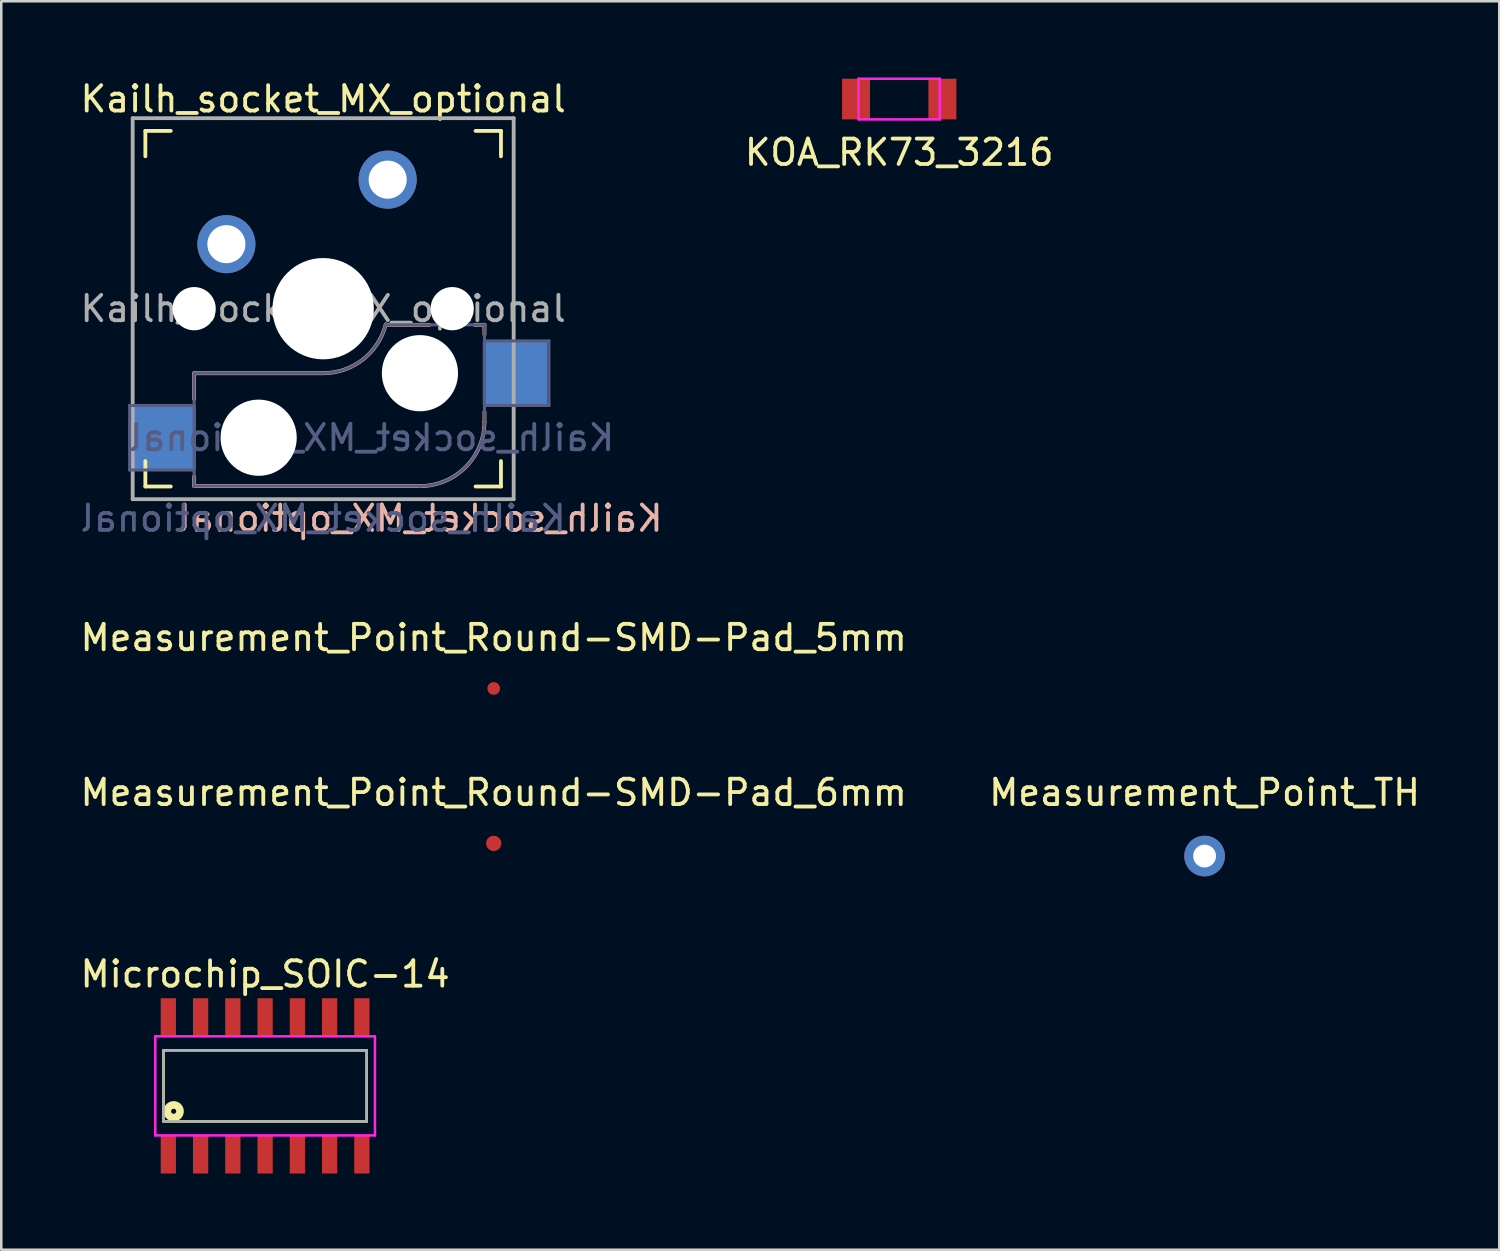
<source format=kicad_pcb>
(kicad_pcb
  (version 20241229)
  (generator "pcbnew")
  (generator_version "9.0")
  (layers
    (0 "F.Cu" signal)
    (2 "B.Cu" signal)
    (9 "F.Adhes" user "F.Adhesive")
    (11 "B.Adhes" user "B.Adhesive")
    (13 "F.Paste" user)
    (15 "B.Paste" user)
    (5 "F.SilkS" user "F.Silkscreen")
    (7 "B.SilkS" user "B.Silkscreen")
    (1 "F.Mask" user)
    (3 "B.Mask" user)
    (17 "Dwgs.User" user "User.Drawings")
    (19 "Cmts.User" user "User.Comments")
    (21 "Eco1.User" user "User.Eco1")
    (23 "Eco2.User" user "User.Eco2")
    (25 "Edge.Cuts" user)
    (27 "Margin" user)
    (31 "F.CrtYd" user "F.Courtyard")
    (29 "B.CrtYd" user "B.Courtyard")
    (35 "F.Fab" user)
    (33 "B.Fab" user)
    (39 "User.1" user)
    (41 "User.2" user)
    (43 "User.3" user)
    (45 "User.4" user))
  (footprint "KOA_RK73_3216"
    (layer "F.Cu")
    (at 32.352 0.85)
    (property "Reference" "KOA_RK73_3216" (at 0 2.1 0) (layer "F.SilkS") (effects (font (size 1 1) (thickness 0.15))))
    (attr through_hole)
    (fp_line (start -1.6 -0.8) (end 1.6 -0.8) (stroke (width 0.1) (type solid)) (layer "F.CrtYd"))
    (fp_line (start -1.6 0.8) (end -1.6 -0.8) (stroke (width 0.1) (type solid)) (layer "F.CrtYd"))
    (fp_line (start 1.6 -0.8) (end 1.6 0.8) (stroke (width 0.1) (type solid)) (layer "F.CrtYd"))
    (fp_line (start 1.6 0.8) (end -1.6 0.8) (stroke (width 0.1) (type solid)) (layer "F.CrtYd"))
    (pad "1" smd rect (at -1.7 0) (size 1.1 1.6) (layers "F.Cu" "F.Mask" "F.Paste"))
    (pad "2" smd rect (at 1.7 0) (size 1.1 1.6) (layers "F.Cu" "F.Mask" "F.Paste")))
  (footprint "Kailh_socket_MX_optional"
    (layer "F.Cu")
    (at 9.673 9.103)
    (property "Reference" "Kailh_socket_MX_optional" (at 0 -8.255 0) (layer "F.SilkS") (effects (font (size 1 1) (thickness 0.15))))
    (property "Value" "Kailh_socket_MX_optional" (at 0 8.255 0) (layer "F.Fab") (hide yes) (effects (font (size 1 1) (thickness 0.15))))
    (attr through_hole)
    (fp_line (start -7 -6) (end -7 -7) (stroke (width 0.15) (type solid)) (layer "F.SilkS"))
    (fp_line (start -7 7) (end -7 6) (stroke (width 0.15) (type solid)) (layer "F.SilkS"))
    (fp_line (start -7 7) (end -6 7) (stroke (width 0.15) (type solid)) (layer "F.SilkS"))
    (fp_line (start -6 -7) (end -7 -7) (stroke (width 0.15) (type solid)) (layer "F.SilkS"))
    (fp_line (start 6 7) (end 7 7) (stroke (width 0.15) (type solid)) (layer "F.SilkS"))
    (fp_line (start 7 -7) (end 6 -7) (stroke (width 0.15) (type solid)) (layer "F.SilkS"))
    (fp_line (start 7 -7) (end 7 -6) (stroke (width 0.15) (type solid)) (layer "F.SilkS"))
    (fp_line (start 7 6) (end 7 7) (stroke (width 0.15) (type solid)) (layer "F.SilkS"))
    (fp_line (start -5.08 2.54) (end -5.08 3.556) (stroke (width 0.15) (type solid)) (layer "B.SilkS"))
    (fp_line (start -5.08 6.604) (end -5.08 6.985) (stroke (width 0.15) (type solid)) (layer "B.SilkS"))
    (fp_line (start -5.08 6.985) (end 3.81 6.985) (stroke (width 0.15) (type solid)) (layer "B.SilkS"))
    (fp_line (start 0 2.54) (end -5.08 2.54) (stroke (width 0.15) (type solid)) (layer "B.SilkS"))
    (fp_line (start 4.191 0.635) (end 2.54 0.635) (stroke (width 0.15) (type solid)) (layer "B.SilkS"))
    (fp_line (start 6.35 0.635) (end 5.969 0.635) (stroke (width 0.15) (type solid)) (layer "B.SilkS"))
    (fp_line (start 6.35 1.016) (end 6.35 0.635) (stroke (width 0.15) (type solid)) (layer "B.SilkS"))
    (fp_line (start 6.35 4.445) (end 6.35 4.064) (stroke (width 0.15) (type solid)) (layer "B.SilkS"))
    (fp_arc (start 2.464162 0.61604) (mid 1.563147 2.002042) (end 0 2.54) (stroke (width 0.15) (type solid)) (layer "B.SilkS"))
    (fp_arc (start 6.35 4.445) (mid 5.606051 6.241051) (end 3.81 6.985) (stroke (width 0.15) (type solid)) (layer "B.SilkS"))
    (fp_line (start -6.9 6.9) (end -6.9 -6.9) (stroke (width 0.15) (type solid)) (layer "Eco2.User"))
    (fp_line (start -6.9 6.9) (end 6.9 6.9) (stroke (width 0.15) (type solid)) (layer "Eco2.User"))
    (fp_line (start 6.9 -6.9) (end -6.9 -6.9) (stroke (width 0.15) (type solid)) (layer "Eco2.User"))
    (fp_line (start 6.9 -6.9) (end 6.9 6.9) (stroke (width 0.15) (type solid)) (layer "Eco2.User"))
    (fp_line (start -7.62 3.81) (end -7.62 6.35) (stroke (width 0.12) (type solid)) (layer "B.Fab"))
    (fp_line (start -7.62 6.35) (end -5.08 6.35) (stroke (width 0.12) (type solid)) (layer "B.Fab"))
    (fp_line (start -5.08 2.54) (end -5.08 6.985) (stroke (width 0.12) (type solid)) (layer "B.Fab"))
    (fp_line (start -5.08 3.81) (end -7.62 3.81) (stroke (width 0.12) (type solid)) (layer "B.Fab"))
    (fp_line (start -5.08 6.985) (end 3.81 6.985) (stroke (width 0.12) (type solid)) (layer "B.Fab"))
    (fp_line (start 0 2.54) (end -5.08 2.54) (stroke (width 0.12) (type solid)) (layer "B.Fab"))
    (fp_line (start 6.35 0.635) (end 2.54 0.635) (stroke (width 0.12) (type solid)) (layer "B.Fab"))
    (fp_line (start 6.35 3.81) (end 8.89 3.81) (stroke (width 0.12) (type solid)) (layer "B.Fab"))
    (fp_line (start 6.35 4.445) (end 6.35 0.635) (stroke (width 0.12) (type solid)) (layer "B.Fab"))
    (fp_line (start 8.89 1.27) (end 6.35 1.27) (stroke (width 0.12) (type solid)) (layer "B.Fab"))
    (fp_line (start 8.89 3.81) (end 8.89 1.27) (stroke (width 0.12) (type solid)) (layer "B.Fab"))
    (fp_arc (start 2.464162 0.61604) (mid 1.563147 2.002042) (end 0 2.54) (stroke (width 0.12) (type solid)) (layer "B.Fab"))
    (fp_arc (start 6.35 4.445) (mid 5.606051 6.241051) (end 3.81 6.985) (stroke (width 0.12) (type solid)) (layer "B.Fab"))
    (fp_line (start -7.5 -7.5) (end 7.5 -7.5) (stroke (width 0.15) (type solid)) (layer "F.Fab"))
    (fp_line (start -7.5 7.5) (end -7.5 -7.5) (stroke (width 0.15) (type solid)) (layer "F.Fab"))
    (fp_line (start 7.5 -7.5) (end 7.5 7.5) (stroke (width 0.15) (type solid)) (layer "F.Fab"))
    (fp_line (start 7.5 7.5) (end -7.5 7.5) (stroke (width 0.15) (type solid)) (layer "F.Fab"))
    (fp_text user "${REFERENCE}" (at 3.81 8.255 0) (layer "B.SilkS") (effects (font (size 1 1) (thickness 0.15)) (justify mirror)))
    (fp_text user "${VALUE}" (at 0 8.255 0) (layer "B.Fab") (effects (font (size 1 1) (thickness 0.15)) (justify mirror)))
    (fp_text user "${REFERENCE}" (at 1.905 5.08 0) (layer "B.Fab") (effects (font (size 1 1) (thickness 0.15)) (justify mirror)))
    (fp_text user "${REFERENCE}" (at 0 0 0) (layer "F.Fab") (effects (font (size 1 1) (thickness 0.15))))
    (pad "" np_thru_hole circle (at -5.08 0) (size 1.702 1.702) (drill 1.702) (layers "*.Cu" "*.Mask"))
    (pad "" np_thru_hole circle (at -2.54 5.08) (size 3 3) (drill 3) (layers "*.Cu" "*.Mask"))
    (pad "" np_thru_hole circle (at 0 0) (size 3.988 3.988) (drill 3.988) (layers "*.Cu" "*.Mask"))
    (pad "" np_thru_hole circle (at 3.81 2.54) (size 3 3) (drill 3) (layers "*.Cu" "*.Mask"))
    (pad "" np_thru_hole circle (at 5.08 0) (size 1.702 1.702) (drill 1.702) (layers "*.Cu" "*.Mask"))
    (pad "1" smd rect (at -6.29 5.08) (size 2.55 2.5) (layers "B.Cu" "B.Mask" "B.Paste"))
    (pad "1" thru_hole circle (at -3.81 -2.54) (size 2.286 2.286) (drill 1.499) (layers "*.Cu" "*.Mask"))
    (pad "2" thru_hole circle (at 2.54 -5.08) (size 2.286 2.286) (drill 1.499) (layers "*.Cu" "*.Mask"))
    (pad "2" smd rect (at 7.56 2.54) (size 2.55 2.5) (layers "B.Cu" "B.Mask" "B.Paste")))
  (footprint "Microchip_SOIC-14"
    (layer "F.Cu")
    (at 7.387 39.701)
    (property "Reference" "Microchip_SOIC-14" (at 0 -4.4 0) (layer "F.SilkS") (effects (font (size 1 1) (thickness 0.15))))
    (attr through_hole)
    (fp_line (start -4 -1.4) (end -4 1.4) (stroke (width 0.1) (type solid)) (layer "F.SilkS"))
    (fp_line (start -4 1.4) (end 4 1.4) (stroke (width 0.1) (type solid)) (layer "F.SilkS"))
    (fp_line (start 4 -1.4) (end -4 -1.4) (stroke (width 0.1) (type solid)) (layer "F.SilkS"))
    (fp_line (start 4 1.4) (end 4 -1.4) (stroke (width 0.1) (type solid)) (layer "F.SilkS"))
    (fp_circle (center -3.6 1) (end -3.6 1.1) (stroke (width 0.3) (type solid)) (fill no) (layer "F.SilkS"))
    (fp_line (start -4.325 -1.95) (end 4.325 -1.95) (stroke (width 0.1) (type solid)) (layer "F.CrtYd"))
    (fp_line (start -4.325 1.95) (end -4.325 -1.95) (stroke (width 0.1) (type solid)) (layer "F.CrtYd"))
    (fp_line (start 4.325 -1.95) (end 4.325 1.95) (stroke (width 0.1) (type solid)) (layer "F.CrtYd"))
    (fp_line (start 4.325 1.95) (end -4.325 1.95) (stroke (width 0.1) (type solid)) (layer "F.CrtYd"))
    (fp_line (start -4 -1.4) (end -4 1.4) (stroke (width 0.1) (type solid)) (layer "F.Fab"))
    (fp_line (start -4 1.4) (end 4 1.4) (stroke (width 0.1) (type solid)) (layer "F.Fab"))
    (fp_line (start 4 -1.4) (end -4 -1.4) (stroke (width 0.1) (type solid)) (layer "F.Fab"))
    (fp_line (start 4 1.4) (end 4 -1.4) (stroke (width 0.1) (type solid)) (layer "F.Fab"))
    (pad "1" smd rect (at -3.81 2.7) (size 0.6 1.5) (layers "F.Cu" "F.Mask" "F.Paste"))
    (pad "2" smd rect (at -2.54 2.7) (size 0.6 1.5) (layers "F.Cu" "F.Mask" "F.Paste"))
    (pad "3" smd rect (at -1.27 2.7) (size 0.6 1.5) (layers "F.Cu" "F.Mask" "F.Paste"))
    (pad "4" smd rect (at 0 2.7) (size 0.6 1.5) (layers "F.Cu" "F.Mask" "F.Paste"))
    (pad "5" smd rect (at 1.27 2.7) (size 0.6 1.5) (layers "F.Cu" "F.Mask" "F.Paste"))
    (pad "6" smd rect (at 2.54 2.7) (size 0.6 1.5) (layers "F.Cu" "F.Mask" "F.Paste"))
    (pad "7" smd rect (at 3.81 2.7) (size 0.6 1.5) (layers "F.Cu" "F.Mask" "F.Paste"))
    (pad "8" smd rect (at 3.81 -2.7) (size 0.6 1.5) (layers "F.Cu" "F.Mask" "F.Paste"))
    (pad "9" smd rect (at 2.54 -2.7) (size 0.6 1.5) (layers "F.Cu" "F.Mask" "F.Paste"))
    (pad "10" smd rect (at 1.27 -2.7) (size 0.6 1.5) (layers "F.Cu" "F.Mask" "F.Paste"))
    (pad "11" smd rect (at 0 -2.7) (size 0.6 1.5) (layers "F.Cu" "F.Mask" "F.Paste"))
    (pad "12" smd rect (at -1.27 -2.7) (size 0.6 1.5) (layers "F.Cu" "F.Mask" "F.Paste"))
    (pad "13" smd rect (at -2.54 -2.7) (size 0.6 1.5) (layers "F.Cu" "F.Mask" "F.Paste"))
    (pad "14" smd rect (at -3.81 -2.7) (size 0.6 1.5) (layers "F.Cu" "F.Mask" "F.Paste")))
  (footprint "Measurement_Point_Round-SMD-Pad_6mm"
    (layer "F.Cu")
    (at 16.387 30.153)
    (property "Reference" "Measurement_Point_Round-SMD-Pad_6mm" (at 0 -2 0) (layer "F.SilkS") (effects (font (size 1 1) (thickness 0.15))))
    (attr exclude_from_pos_files exclude_from_bom)
    (pad "1" smd circle (at 0 0) (size 0.6 0.6) (layers "F.Cu" "F.Mask")))
  (footprint "Measurement_Point_TH"
    (layer "F.Cu")
    (at 44.375 30.653)
    (property "Reference" "Measurement_Point_TH" (at 0 -2.5 0) (layer "F.SilkS") (effects (font (size 1 1) (thickness 0.15))))
    (attr through_hole)
    (pad "1" thru_hole circle (at 0 0) (size 1.6 1.6) (drill 0.9) (layers "*.Cu" "*.Mask")))
  (footprint "Measurement_Point_Round-SMD-Pad_5mm"
    (layer "F.Cu")
    (at 16.387 24.055)
    (property "Reference" "Measurement_Point_Round-SMD-Pad_5mm" (at 0 -2 0) (layer "F.SilkS") (effects (font (size 1 1) (thickness 0.15))))
    (attr exclude_from_pos_files exclude_from_bom)
    (pad "1" smd circle (at 0 0) (size 0.5 0.5) (layers "F.Cu" "F.Mask")))
  (gr_rect
    (start -3 -3)
    (end 55.976 46.151)
    (stroke (width 0.1) (type default))
    (fill no)
    (layer "Edge.Cuts")))
</source>
